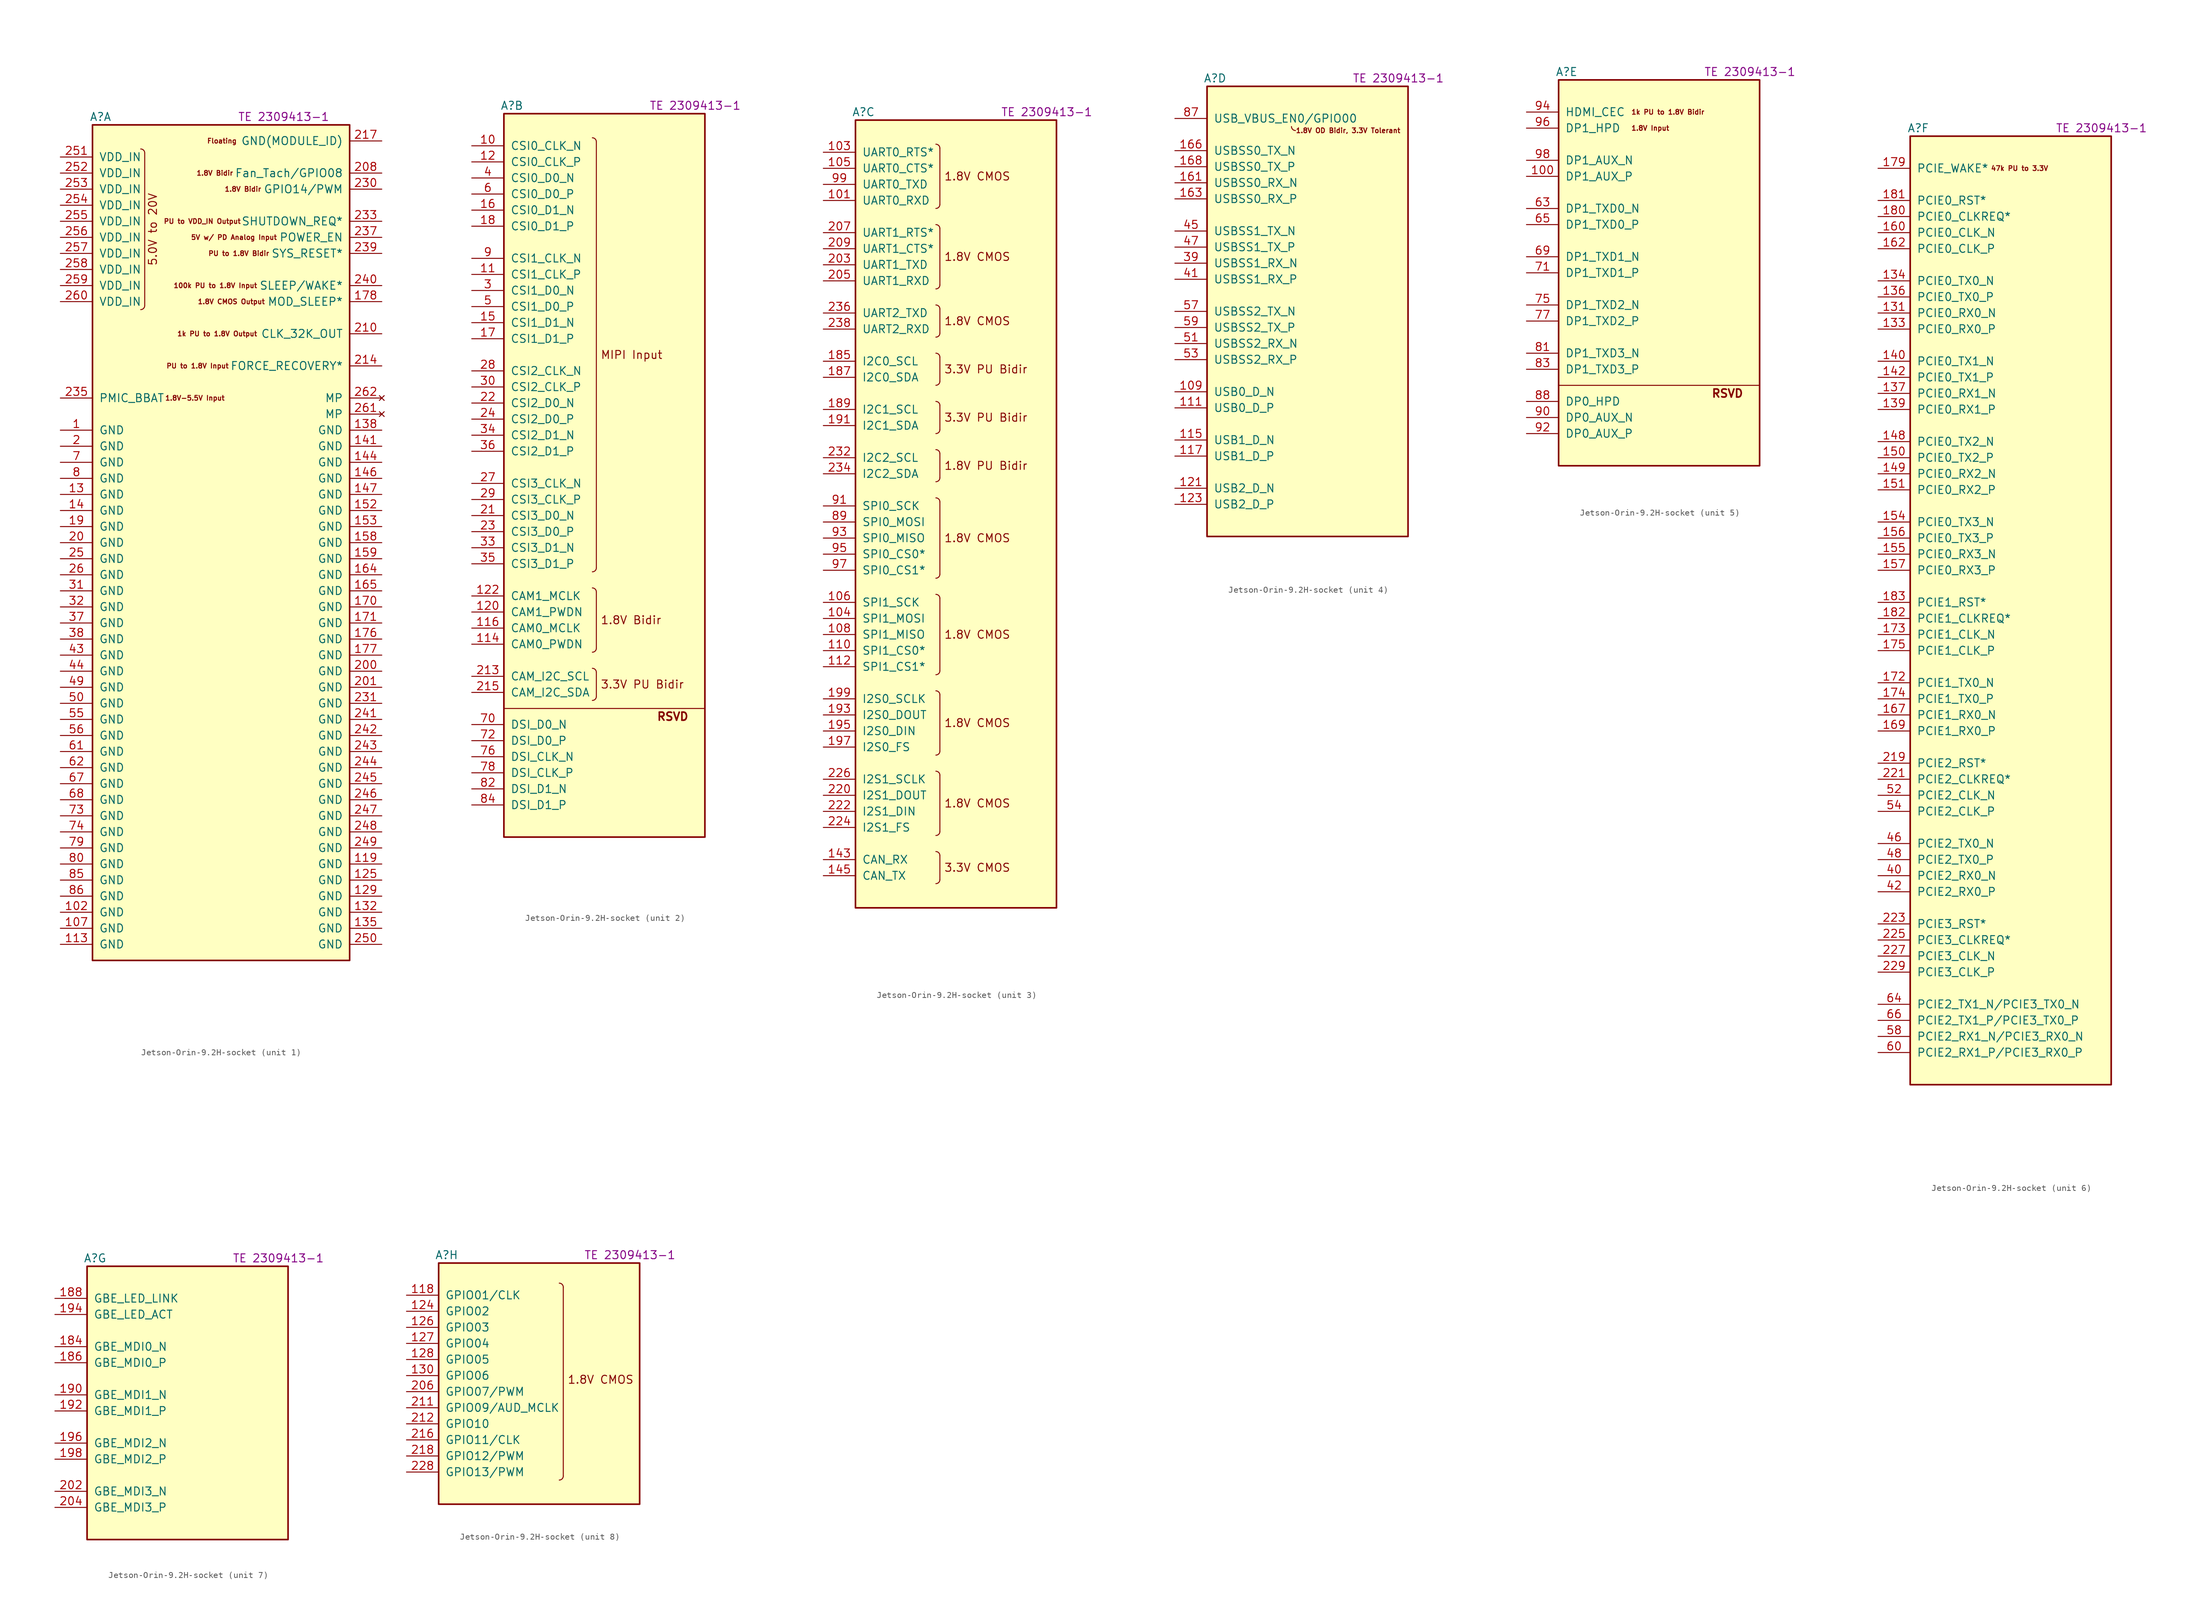
<source format=kicad_sym>
(kicad_symbol_lib
  (version 20220914)
  (generator kicad_symbol_editor)
  (symbol "Jetson-Orin-9.2H-socket"
    (pin_names
      (offset 1.016))
    (property "Reference" "A"
      (at 1.27 1.27 0)
      (effects (font (size 1.27 1.27))))
    (property "Manufacturer" "TE"
      (at 24.13 1.27 0)
      (effects (font (size 1.27 1.27))))
    (property "MPN" "2309413-1"
      (at 31.75 1.27 0)
      (effects (font (size 1.27 1.27))))
    (property "ki_locked" ""
      (at 0 0 0)
      (effects (font (size 1.27 1.27))))
    (symbol "Jetson-Orin-9.2H-socket_1_1"
      (rectangle (start 0 -132.08) (end 40.64 0) (stroke (width 0.254) (type default)) (fill (type background)))
      (polyline (pts (xy 8.255 -4.445) (xy 8.255 -28.575)) (stroke (width 0) (type default)) (fill (type none)))
      (arc (start 7.62 -29.21) (mid 8.069 -29.024) (end 8.255 -28.575) (stroke (width 0) (type default)) (fill (type none)))
      (arc (start 8.255 -4.445) (mid 8.069 -3.996) (end 7.62 -3.81) (stroke (width 0) (type default)) (fill (type none)))
      (text "1.8V Bidir " (at 22.86 -7.62 0) (effects (font (size 0.762 0.762)) (justify right)))
      (text "1.8V Bidir " (at 27.305 -10.16 0) (effects (font (size 0.762 0.762)) (justify right)))
      (text "1.8V CMOS Output" (at 27.305 -27.94 0) (effects (font (size 0.762 0.762)) (justify right)))
      (text "1.8V-5.5V Input" (at 11.43 -43.18 0) (effects (font (size 0.762 0.762)) (justify left)))
      (text "100k PU to 1.8V Input " (at 26.67 -25.4 0) (effects (font (size 0.762 0.762)) (justify right)))
      (text "1k PU to 1.8V Output " (at 26.67 -33.02 0) (effects (font (size 0.762 0.762)) (justify right)))
      (text "5.0V to 20V" (at 9.525 -16.51 900) (effects (font (size 1.27 1.27))))
      (text "5V w/ PD Analog Input" (at 29.21 -17.78 0) (effects (font (size 0.762 0.762)) (justify right)))
      (text "Floating" (at 22.86 -2.54 0) (effects (font (size 0.762 0.762)) (justify right)))
      (text "PU to 1.8V Bidir " (at 28.575 -20.32 0) (effects (font (size 0.762 0.762)) (justify right)))
      (text "PU to 1.8V Input" (at 21.59 -38.1 0) (effects (font (size 0.762 0.762)) (justify right)))
      (text "PU to VDD_IN Output" (at 23.495 -15.24 0) (effects (font (size 0.762 0.762)) (justify right)))
      (pin passive line (at -5.08 -48.26 0) (length 5.08) (name "GND" (effects (font (size 1.27 1.27)))) (number "1" (effects (font (size 1.27 1.27)))))
      (pin passive line (at -5.08 -124.46 0) (length 5.08) (name "GND" (effects (font (size 1.27 1.27)))) (number "102" (effects (font (size 1.27 1.27)))))
      (pin passive line (at -5.08 -127 0) (length 5.08) (name "GND" (effects (font (size 1.27 1.27)))) (number "107" (effects (font (size 1.27 1.27)))))
      (pin passive line (at -5.08 -129.54 0) (length 5.08) (name "GND" (effects (font (size 1.27 1.27)))) (number "113" (effects (font (size 1.27 1.27)))))
      (pin passive line (at 45.72 -116.84 180) (length 5.08) (name "GND" (effects (font (size 1.27 1.27)))) (number "119" (effects (font (size 1.27 1.27)))))
      (pin passive line (at 45.72 -119.38 180) (length 5.08) (name "GND" (effects (font (size 1.27 1.27)))) (number "125" (effects (font (size 1.27 1.27)))))
      (pin passive line (at 45.72 -121.92 180) (length 5.08) (name "GND" (effects (font (size 1.27 1.27)))) (number "129" (effects (font (size 1.27 1.27)))))
      (pin passive line (at -5.08 -58.42 0) (length 5.08) (name "GND" (effects (font (size 1.27 1.27)))) (number "13" (effects (font (size 1.27 1.27)))))
      (pin passive line (at 45.72 -124.46 180) (length 5.08) (name "GND" (effects (font (size 1.27 1.27)))) (number "132" (effects (font (size 1.27 1.27)))))
      (pin passive line (at 45.72 -127 180) (length 5.08) (name "GND" (effects (font (size 1.27 1.27)))) (number "135" (effects (font (size 1.27 1.27)))))
      (pin passive line (at 45.72 -48.26 180) (length 5.08) (name "GND" (effects (font (size 1.27 1.27)))) (number "138" (effects (font (size 1.27 1.27)))))
      (pin passive line (at -5.08 -60.96 0) (length 5.08) (name "GND" (effects (font (size 1.27 1.27)))) (number "14" (effects (font (size 1.27 1.27)))))
      (pin passive line (at 45.72 -50.8 180) (length 5.08) (name "GND" (effects (font (size 1.27 1.27)))) (number "141" (effects (font (size 1.27 1.27)))))
      (pin passive line (at 45.72 -53.34 180) (length 5.08) (name "GND" (effects (font (size 1.27 1.27)))) (number "144" (effects (font (size 1.27 1.27)))))
      (pin passive line (at 45.72 -55.88 180) (length 5.08) (name "GND" (effects (font (size 1.27 1.27)))) (number "146" (effects (font (size 1.27 1.27)))))
      (pin passive line (at 45.72 -58.42 180) (length 5.08) (name "GND" (effects (font (size 1.27 1.27)))) (number "147" (effects (font (size 1.27 1.27)))))
      (pin passive line (at 45.72 -60.96 180) (length 5.08) (name "GND" (effects (font (size 1.27 1.27)))) (number "152" (effects (font (size 1.27 1.27)))))
      (pin passive line (at 45.72 -63.5 180) (length 5.08) (name "GND" (effects (font (size 1.27 1.27)))) (number "153" (effects (font (size 1.27 1.27)))))
      (pin passive line (at 45.72 -66.04 180) (length 5.08) (name "GND" (effects (font (size 1.27 1.27)))) (number "158" (effects (font (size 1.27 1.27)))))
      (pin passive line (at 45.72 -68.58 180) (length 5.08) (name "GND" (effects (font (size 1.27 1.27)))) (number "159" (effects (font (size 1.27 1.27)))))
      (pin passive line (at 45.72 -71.12 180) (length 5.08) (name "GND" (effects (font (size 1.27 1.27)))) (number "164" (effects (font (size 1.27 1.27)))))
      (pin passive line (at 45.72 -73.66 180) (length 5.08) (name "GND" (effects (font (size 1.27 1.27)))) (number "165" (effects (font (size 1.27 1.27)))))
      (pin passive line (at 45.72 -76.2 180) (length 5.08) (name "GND" (effects (font (size 1.27 1.27)))) (number "170" (effects (font (size 1.27 1.27)))))
      (pin passive line (at 45.72 -78.74 180) (length 5.08) (name "GND" (effects (font (size 1.27 1.27)))) (number "171" (effects (font (size 1.27 1.27)))))
      (pin passive line (at 45.72 -81.28 180) (length 5.08) (name "GND" (effects (font (size 1.27 1.27)))) (number "176" (effects (font (size 1.27 1.27)))))
      (pin passive line (at 45.72 -83.82 180) (length 5.08) (name "GND" (effects (font (size 1.27 1.27)))) (number "177" (effects (font (size 1.27 1.27)))))
      (pin passive line (at 45.72 -27.94 180) (length 5.08) (name "MOD_SLEEP*" (effects (font (size 1.27 1.27)))) (number "178" (effects (font (size 1.27 1.27)))))
      (pin passive line (at -5.08 -63.5 0) (length 5.08) (name "GND" (effects (font (size 1.27 1.27)))) (number "19" (effects (font (size 1.27 1.27)))))
      (pin passive line (at -5.08 -50.8 0) (length 5.08) (name "GND" (effects (font (size 1.27 1.27)))) (number "2" (effects (font (size 1.27 1.27)))))
      (pin passive line (at -5.08 -66.04 0) (length 5.08) (name "GND" (effects (font (size 1.27 1.27)))) (number "20" (effects (font (size 1.27 1.27)))))
      (pin passive line (at 45.72 -86.36 180) (length 5.08) (name "GND" (effects (font (size 1.27 1.27)))) (number "200" (effects (font (size 1.27 1.27)))))
      (pin passive line (at 45.72 -88.9 180) (length 5.08) (name "GND" (effects (font (size 1.27 1.27)))) (number "201" (effects (font (size 1.27 1.27)))))
      (pin passive line (at 45.72 -7.62 180) (length 5.08) (name "Fan_Tach/GPIO08" (effects (font (size 1.27 1.27)))) (number "208" (effects (font (size 1.27 1.27)))) (alternate "GPIO08" passive line) (alternate "GPIO08(Fan_Tach)" passive line))
      (pin passive line (at 45.72 -33.02 180) (length 5.08) (name "CLK_32K_OUT" (effects (font (size 1.27 1.27)))) (number "210" (effects (font (size 1.27 1.27)))))
      (pin passive line (at 45.72 -38.1 180) (length 5.08) (name "FORCE_RECOVERY*" (effects (font (size 1.27 1.27)))) (number "214" (effects (font (size 1.27 1.27)))))
      (pin passive line (at 45.72 -2.54 180) (length 5.08) (name "GND(MODULE_ID)" (effects (font (size 1.27 1.27)))) (number "217" (effects (font (size 1.27 1.27)))))
      (pin passive line (at 45.72 -10.16 180) (length 5.08) (name "GPIO14/PWM" (effects (font (size 1.27 1.27)))) (number "230" (effects (font (size 1.27 1.27)))) (alternate "GPIO14" passive line) (alternate "GPIO14(PWM)" passive line))
      (pin passive line (at 45.72 -91.44 180) (length 5.08) (name "GND" (effects (font (size 1.27 1.27)))) (number "231" (effects (font (size 1.27 1.27)))))
      (pin passive line (at 45.72 -15.24 180) (length 5.08) (name "SHUTDOWN_REQ*" (effects (font (size 1.27 1.27)))) (number "233" (effects (font (size 1.27 1.27)))))
      (pin passive line (at -5.08 -43.18 0) (length 5.08) (name "PMIC_BBAT" (effects (font (size 1.27 1.27)))) (number "235" (effects (font (size 1.27 1.27)))))
      (pin passive line (at 45.72 -17.78 180) (length 5.08) (name "POWER_EN" (effects (font (size 1.27 1.27)))) (number "237" (effects (font (size 1.27 1.27)))))
      (pin passive line (at 45.72 -20.32 180) (length 5.08) (name "SYS_RESET*" (effects (font (size 1.27 1.27)))) (number "239" (effects (font (size 1.27 1.27)))))
      (pin passive line (at 45.72 -25.4 180) (length 5.08) (name "SLEEP/WAKE*" (effects (font (size 1.27 1.27)))) (number "240" (effects (font (size 1.27 1.27)))))
      (pin passive line (at 45.72 -93.98 180) (length 5.08) (name "GND" (effects (font (size 1.27 1.27)))) (number "241" (effects (font (size 1.27 1.27)))))
      (pin passive line (at 45.72 -96.52 180) (length 5.08) (name "GND" (effects (font (size 1.27 1.27)))) (number "242" (effects (font (size 1.27 1.27)))))
      (pin passive line (at 45.72 -99.06 180) (length 5.08) (name "GND" (effects (font (size 1.27 1.27)))) (number "243" (effects (font (size 1.27 1.27)))))
      (pin passive line (at 45.72 -101.6 180) (length 5.08) (name "GND" (effects (font (size 1.27 1.27)))) (number "244" (effects (font (size 1.27 1.27)))))
      (pin passive line (at 45.72 -104.14 180) (length 5.08) (name "GND" (effects (font (size 1.27 1.27)))) (number "245" (effects (font (size 1.27 1.27)))))
      (pin passive line (at 45.72 -106.68 180) (length 5.08) (name "GND" (effects (font (size 1.27 1.27)))) (number "246" (effects (font (size 1.27 1.27)))))
      (pin passive line (at 45.72 -109.22 180) (length 5.08) (name "GND" (effects (font (size 1.27 1.27)))) (number "247" (effects (font (size 1.27 1.27)))))
      (pin passive line (at 45.72 -111.76 180) (length 5.08) (name "GND" (effects (font (size 1.27 1.27)))) (number "248" (effects (font (size 1.27 1.27)))))
      (pin passive line (at 45.72 -114.3 180) (length 5.08) (name "GND" (effects (font (size 1.27 1.27)))) (number "249" (effects (font (size 1.27 1.27)))))
      (pin passive line (at -5.08 -68.58 0) (length 5.08) (name "GND" (effects (font (size 1.27 1.27)))) (number "25" (effects (font (size 1.27 1.27)))))
      (pin passive line (at 45.72 -129.54 180) (length 5.08) (name "GND" (effects (font (size 1.27 1.27)))) (number "250" (effects (font (size 1.27 1.27)))))
      (pin passive line (at -5.08 -5.08 0) (length 5.08) (name "VDD_IN" (effects (font (size 1.27 1.27)))) (number "251" (effects (font (size 1.27 1.27)))))
      (pin passive line (at -5.08 -7.62 0) (length 5.08) (name "VDD_IN" (effects (font (size 1.27 1.27)))) (number "252" (effects (font (size 1.27 1.27)))))
      (pin passive line (at -5.08 -10.16 0) (length 5.08) (name "VDD_IN" (effects (font (size 1.27 1.27)))) (number "253" (effects (font (size 1.27 1.27)))))
      (pin passive line (at -5.08 -12.7 0) (length 5.08) (name "VDD_IN" (effects (font (size 1.27 1.27)))) (number "254" (effects (font (size 1.27 1.27)))))
      (pin passive line (at -5.08 -15.24 0) (length 5.08) (name "VDD_IN" (effects (font (size 1.27 1.27)))) (number "255" (effects (font (size 1.27 1.27)))))
      (pin passive line (at -5.08 -17.78 0) (length 5.08) (name "VDD_IN" (effects (font (size 1.27 1.27)))) (number "256" (effects (font (size 1.27 1.27)))))
      (pin passive line (at -5.08 -20.32 0) (length 5.08) (name "VDD_IN" (effects (font (size 1.27 1.27)))) (number "257" (effects (font (size 1.27 1.27)))))
      (pin passive line (at -5.08 -22.86 0) (length 5.08) (name "VDD_IN" (effects (font (size 1.27 1.27)))) (number "258" (effects (font (size 1.27 1.27)))))
      (pin passive line (at -5.08 -25.4 0) (length 5.08) (name "VDD_IN" (effects (font (size 1.27 1.27)))) (number "259" (effects (font (size 1.27 1.27)))))
      (pin passive line (at -5.08 -71.12 0) (length 5.08) (name "GND" (effects (font (size 1.27 1.27)))) (number "26" (effects (font (size 1.27 1.27)))))
      (pin passive line (at -5.08 -27.94 0) (length 5.08) (name "VDD_IN" (effects (font (size 1.27 1.27)))) (number "260" (effects (font (size 1.27 1.27)))))
      (pin no_connect line (at 45.72 -45.72 180) (length 5.08) (name "MP" (effects (font (size 1.27 1.27)))) (number "261" (effects (font (size 1.27 1.27)))))
      (pin no_connect line (at 45.72 -43.18 180) (length 5.08) (name "MP" (effects (font (size 1.27 1.27)))) (number "262" (effects (font (size 1.27 1.27)))))
      (pin passive line (at -5.08 -73.66 0) (length 5.08) (name "GND" (effects (font (size 1.27 1.27)))) (number "31" (effects (font (size 1.27 1.27)))))
      (pin passive line (at -5.08 -76.2 0) (length 5.08) (name "GND" (effects (font (size 1.27 1.27)))) (number "32" (effects (font (size 1.27 1.27)))))
      (pin passive line (at -5.08 -78.74 0) (length 5.08) (name "GND" (effects (font (size 1.27 1.27)))) (number "37" (effects (font (size 1.27 1.27)))))
      (pin passive line (at -5.08 -81.28 0) (length 5.08) (name "GND" (effects (font (size 1.27 1.27)))) (number "38" (effects (font (size 1.27 1.27)))))
      (pin passive line (at -5.08 -83.82 0) (length 5.08) (name "GND" (effects (font (size 1.27 1.27)))) (number "43" (effects (font (size 1.27 1.27)))))
      (pin passive line (at -5.08 -86.36 0) (length 5.08) (name "GND" (effects (font (size 1.27 1.27)))) (number "44" (effects (font (size 1.27 1.27)))))
      (pin passive line (at -5.08 -88.9 0) (length 5.08) (name "GND" (effects (font (size 1.27 1.27)))) (number "49" (effects (font (size 1.27 1.27)))))
      (pin passive line (at -5.08 -91.44 0) (length 5.08) (name "GND" (effects (font (size 1.27 1.27)))) (number "50" (effects (font (size 1.27 1.27)))))
      (pin passive line (at -5.08 -93.98 0) (length 5.08) (name "GND" (effects (font (size 1.27 1.27)))) (number "55" (effects (font (size 1.27 1.27)))))
      (pin passive line (at -5.08 -96.52 0) (length 5.08) (name "GND" (effects (font (size 1.27 1.27)))) (number "56" (effects (font (size 1.27 1.27)))))
      (pin passive line (at -5.08 -99.06 0) (length 5.08) (name "GND" (effects (font (size 1.27 1.27)))) (number "61" (effects (font (size 1.27 1.27)))))
      (pin passive line (at -5.08 -101.6 0) (length 5.08) (name "GND" (effects (font (size 1.27 1.27)))) (number "62" (effects (font (size 1.27 1.27)))))
      (pin passive line (at -5.08 -104.14 0) (length 5.08) (name "GND" (effects (font (size 1.27 1.27)))) (number "67" (effects (font (size 1.27 1.27)))))
      (pin passive line (at -5.08 -106.68 0) (length 5.08) (name "GND" (effects (font (size 1.27 1.27)))) (number "68" (effects (font (size 1.27 1.27)))))
      (pin passive line (at -5.08 -53.34 0) (length 5.08) (name "GND" (effects (font (size 1.27 1.27)))) (number "7" (effects (font (size 1.27 1.27)))))
      (pin passive line (at -5.08 -109.22 0) (length 5.08) (name "GND" (effects (font (size 1.27 1.27)))) (number "73" (effects (font (size 1.27 1.27)))))
      (pin passive line (at -5.08 -111.76 0) (length 5.08) (name "GND" (effects (font (size 1.27 1.27)))) (number "74" (effects (font (size 1.27 1.27)))))
      (pin passive line (at -5.08 -114.3 0) (length 5.08) (name "GND" (effects (font (size 1.27 1.27)))) (number "79" (effects (font (size 1.27 1.27)))))
      (pin passive line (at -5.08 -55.88 0) (length 5.08) (name "GND" (effects (font (size 1.27 1.27)))) (number "8" (effects (font (size 1.27 1.27)))))
      (pin passive line (at -5.08 -116.84 0) (length 5.08) (name "GND" (effects (font (size 1.27 1.27)))) (number "80" (effects (font (size 1.27 1.27)))))
      (pin passive line (at -5.08 -119.38 0) (length 5.08) (name "GND" (effects (font (size 1.27 1.27)))) (number "85" (effects (font (size 1.27 1.27)))))
      (pin passive line (at -5.08 -121.92 0) (length 5.08) (name "GND" (effects (font (size 1.27 1.27)))) (number "86" (effects (font (size 1.27 1.27))))))
    (symbol "Jetson-Orin-9.2H-socket_2_1"
      (polyline (pts (xy 0 -93.98) (xy 31.75 -93.98)) (stroke (width 0) (type default)) (fill (type none)))
      (polyline (pts (xy 14.605 -88.265) (xy 14.605 -92.075)) (stroke (width 0) (type default)) (fill (type none)))
      (polyline (pts (xy 14.605 -75.565) (xy 14.605 -84.455)) (stroke (width 0) (type default)) (fill (type none)))
      (polyline (pts (xy 14.605 -4.445) (xy 14.605 -71.755)) (stroke (width 0) (type default)) (fill (type none)))
      (rectangle (start 0 0) (end 31.75 -114.3) (stroke (width 0.254) (type default)) (fill (type background)))
      (arc (start 13.97 -92.71) (mid 14.4198 -92.5248) (end 14.605 -92.075) (stroke (width 0) (type default)) (fill (type none)))
      (arc (start 13.97 -85.09) (mid 14.4198 -84.9048) (end 14.605 -84.455) (stroke (width 0) (type default)) (fill (type none)))
      (arc (start 13.97 -72.39) (mid 14.4198 -72.2048) (end 14.605 -71.755) (stroke (width 0) (type default)) (fill (type none)))
      (arc (start 14.605 -88.265) (mid 14.419 -87.816) (end 13.97 -87.63) (stroke (width 0) (type default)) (fill (type none)))
      (arc (start 14.605 -75.565) (mid 14.419 -75.116) (end 13.97 -74.93) (stroke (width 0) (type default)) (fill (type none)))
      (arc (start 14.605 -4.445) (mid 14.419 -3.996) (end 13.97 -3.81) (stroke (width 0) (type default)) (fill (type none)))
      (text "1.8V Bidir" (at 15.24 -80.01 0) (effects (font (size 1.27 1.27)) (justify left)))
      (text "3.3V PU Bidir" (at 15.24 -90.17 0) (effects (font (size 1.27 1.27)) (justify left)))
      (text "MIPI Input" (at 15.24 -38.1 0) (effects (font (size 1.27 1.27)) (justify left)))
      (text "RSVD" (at 26.67 -95.25 0) (effects (font (size 1.27 1.27) bold)))
      (pin passive line (at -5.08 -5.08 0) (length 5.08) (name "CSI0_CLK_N" (effects (font (size 1.27 1.27)))) (number "10" (effects (font (size 1.27 1.27)))))
      (pin passive line (at -5.08 -25.4 0) (length 5.08) (name "CSI1_CLK_P" (effects (font (size 1.27 1.27)))) (number "11" (effects (font (size 1.27 1.27)))))
      (pin passive line (at -5.08 -83.82 0) (length 5.08) (name "CAM0_PWDN" (effects (font (size 1.27 1.27)))) (number "114" (effects (font (size 1.27 1.27)))))
      (pin passive line (at -5.08 -81.28 0) (length 5.08) (name "CAM0_MCLK" (effects (font (size 1.27 1.27)))) (number "116" (effects (font (size 1.27 1.27)))))
      (pin passive line (at -5.08 -7.62 0) (length 5.08) (name "CSI0_CLK_P" (effects (font (size 1.27 1.27)))) (number "12" (effects (font (size 1.27 1.27)))))
      (pin passive line (at -5.08 -78.74 0) (length 5.08) (name "CAM1_PWDN" (effects (font (size 1.27 1.27)))) (number "120" (effects (font (size 1.27 1.27)))))
      (pin passive line (at -5.08 -76.2 0) (length 5.08) (name "CAM1_MCLK" (effects (font (size 1.27 1.27)))) (number "122" (effects (font (size 1.27 1.27)))))
      (pin passive line (at -5.08 -33.02 0) (length 5.08) (name "CSI1_D1_N" (effects (font (size 1.27 1.27)))) (number "15" (effects (font (size 1.27 1.27)))))
      (pin passive line (at -5.08 -15.24 0) (length 5.08) (name "CSI0_D1_N" (effects (font (size 1.27 1.27)))) (number "16" (effects (font (size 1.27 1.27)))))
      (pin passive line (at -5.08 -35.56 0) (length 5.08) (name "CSI1_D1_P" (effects (font (size 1.27 1.27)))) (number "17" (effects (font (size 1.27 1.27)))))
      (pin passive line (at -5.08 -17.78 0) (length 5.08) (name "CSI0_D1_P" (effects (font (size 1.27 1.27)))) (number "18" (effects (font (size 1.27 1.27)))))
      (pin passive line (at -5.08 -63.5 0) (length 5.08) (name "CSI3_D0_N" (effects (font (size 1.27 1.27)))) (number "21" (effects (font (size 1.27 1.27)))))
      (pin passive line (at -5.08 -88.9 0) (length 5.08) (name "CAM_I2C_SCL" (effects (font (size 1.27 1.27)))) (number "213" (effects (font (size 1.27 1.27)))))
      (pin passive line (at -5.08 -91.44 0) (length 5.08) (name "CAM_I2C_SDA" (effects (font (size 1.27 1.27)))) (number "215" (effects (font (size 1.27 1.27)))))
      (pin passive line (at -5.08 -45.72 0) (length 5.08) (name "CSI2_D0_N" (effects (font (size 1.27 1.27)))) (number "22" (effects (font (size 1.27 1.27)))))
      (pin passive line (at -5.08 -66.04 0) (length 5.08) (name "CSI3_D0_P" (effects (font (size 1.27 1.27)))) (number "23" (effects (font (size 1.27 1.27)))))
      (pin passive line (at -5.08 -48.26 0) (length 5.08) (name "CSI2_D0_P" (effects (font (size 1.27 1.27)))) (number "24" (effects (font (size 1.27 1.27)))))
      (pin passive line (at -5.08 -58.42 0) (length 5.08) (name "CSI3_CLK_N" (effects (font (size 1.27 1.27)))) (number "27" (effects (font (size 1.27 1.27)))))
      (pin passive line (at -5.08 -40.64 0) (length 5.08) (name "CSI2_CLK_N" (effects (font (size 1.27 1.27)))) (number "28" (effects (font (size 1.27 1.27)))))
      (pin passive line (at -5.08 -60.96 0) (length 5.08) (name "CSI3_CLK_P" (effects (font (size 1.27 1.27)))) (number "29" (effects (font (size 1.27 1.27)))))
      (pin passive line (at -5.08 -27.94 0) (length 5.08) (name "CSI1_D0_N" (effects (font (size 1.27 1.27)))) (number "3" (effects (font (size 1.27 1.27)))))
      (pin passive line (at -5.08 -43.18 0) (length 5.08) (name "CSI2_CLK_P" (effects (font (size 1.27 1.27)))) (number "30" (effects (font (size 1.27 1.27)))))
      (pin passive line (at -5.08 -68.58 0) (length 5.08) (name "CSI3_D1_N" (effects (font (size 1.27 1.27)))) (number "33" (effects (font (size 1.27 1.27)))))
      (pin passive line (at -5.08 -50.8 0) (length 5.08) (name "CSI2_D1_N" (effects (font (size 1.27 1.27)))) (number "34" (effects (font (size 1.27 1.27)))))
      (pin passive line (at -5.08 -71.12 0) (length 5.08) (name "CSI3_D1_P" (effects (font (size 1.27 1.27)))) (number "35" (effects (font (size 1.27 1.27)))))
      (pin passive line (at -5.08 -53.34 0) (length 5.08) (name "CSI2_D1_P" (effects (font (size 1.27 1.27)))) (number "36" (effects (font (size 1.27 1.27)))))
      (pin passive line (at -5.08 -10.16 0) (length 5.08) (name "CSI0_D0_N" (effects (font (size 1.27 1.27)))) (number "4" (effects (font (size 1.27 1.27)))))
      (pin passive line (at -5.08 -30.48 0) (length 5.08) (name "CSI1_D0_P" (effects (font (size 1.27 1.27)))) (number "5" (effects (font (size 1.27 1.27)))))
      (pin passive line (at -5.08 -12.7 0) (length 5.08) (name "CSI0_D0_P" (effects (font (size 1.27 1.27)))) (number "6" (effects (font (size 1.27 1.27)))))
      (pin passive line (at -5.08 -96.52 0) (length 5.08) (name "DSI_D0_N" (effects (font (size 1.27 1.27)))) (number "70" (effects (font (size 1.27 1.27)))))
      (pin passive line (at -5.08 -99.06 0) (length 5.08) (name "DSI_D0_P" (effects (font (size 1.27 1.27)))) (number "72" (effects (font (size 1.27 1.27)))))
      (pin passive line (at -5.08 -101.6 0) (length 5.08) (name "DSI_CLK_N" (effects (font (size 1.27 1.27)))) (number "76" (effects (font (size 1.27 1.27)))))
      (pin passive line (at -5.08 -104.14 0) (length 5.08) (name "DSI_CLK_P" (effects (font (size 1.27 1.27)))) (number "78" (effects (font (size 1.27 1.27)))))
      (pin passive line (at -5.08 -106.68 0) (length 5.08) (name "DSI_D1_N" (effects (font (size 1.27 1.27)))) (number "82" (effects (font (size 1.27 1.27)))))
      (pin passive line (at -5.08 -109.22 0) (length 5.08) (name "DSI_D1_P" (effects (font (size 1.27 1.27)))) (number "84" (effects (font (size 1.27 1.27)))))
      (pin passive line (at -5.08 -22.86 0) (length 5.08) (name "CSI1_CLK_N" (effects (font (size 1.27 1.27)))) (number "9" (effects (font (size 1.27 1.27))))))
    (symbol "Jetson-Orin-9.2H-socket_3_1"
      (polyline (pts (xy 13.335 -116.2) (xy 13.335 -120.01)) (stroke (width 0) (type default)) (fill (type none)))
      (polyline (pts (xy 13.335 -103.505) (xy 13.335 -112.395)) (stroke (width 0) (type default)) (fill (type none)))
      (polyline (pts (xy 13.335 -90.805) (xy 13.335 -99.695)) (stroke (width 0) (type default)) (fill (type none)))
      (polyline (pts (xy 13.335 -75.565) (xy 13.335 -87)) (stroke (width 0) (type default)) (fill (type none)))
      (polyline (pts (xy 13.335 -60.32) (xy 13.335 -71.755)) (stroke (width 0) (type default)) (fill (type none)))
      (polyline (pts (xy 13.335 -52.7) (xy 13.335 -56.51)) (stroke (width 0) (type default)) (fill (type none)))
      (polyline (pts (xy 13.335 -45.085) (xy 13.335 -48.895)) (stroke (width 0) (type default)) (fill (type none)))
      (polyline (pts (xy 13.335 -37.46) (xy 13.335 -41.27)) (stroke (width 0) (type default)) (fill (type none)))
      (polyline (pts (xy 13.335 -29.845) (xy 13.335 -33.655)) (stroke (width 0) (type default)) (fill (type none)))
      (polyline (pts (xy 13.335 -17.145) (xy 13.335 -26.035)) (stroke (width 0) (type default)) (fill (type none)))
      (polyline (pts (xy 13.335 -4.44) (xy 13.335 -13.33)) (stroke (width 0) (type default)) (fill (type none)))
      (rectangle (start 0 0) (end 31.75 -124.46) (stroke (width 0.254) (type default)) (fill (type background)))
      (arc (start 12.7 -120.645) (mid 13.149 -120.459) (end 13.335 -120.01) (stroke (width 0) (type default)) (fill (type none)))
      (arc (start 12.7 -113.03) (mid 13.1498 -112.8448) (end 13.335 -112.395) (stroke (width 0) (type default)) (fill (type none)))
      (arc (start 12.7 -100.33) (mid 13.1498 -100.1448) (end 13.335 -99.695) (stroke (width 0) (type default)) (fill (type none)))
      (arc (start 12.7 -87.63) (mid 13.1498 -87.4448) (end 13.335 -86.995) (stroke (width 0) (type default)) (fill (type none)))
      (arc (start 12.7 -72.385) (mid 13.149 -72.199) (end 13.335 -71.75) (stroke (width 0) (type default)) (fill (type none)))
      (arc (start 12.7 -57.145) (mid 13.149 -56.959) (end 13.335 -56.51) (stroke (width 0) (type default)) (fill (type none)))
      (arc (start 12.7 -49.53) (mid 13.1498 -49.3448) (end 13.335 -48.895) (stroke (width 0) (type default)) (fill (type none)))
      (arc (start 12.7 -41.905) (mid 13.149 -41.719) (end 13.335 -41.27) (stroke (width 0) (type default)) (fill (type none)))
      (arc (start 12.7 -34.29) (mid 13.1498 -34.1048) (end 13.335 -33.655) (stroke (width 0) (type default)) (fill (type none)))
      (arc (start 12.7 -26.67) (mid 13.1498 -26.4848) (end 13.335 -26.035) (stroke (width 0) (type default)) (fill (type none)))
      (arc (start 12.7 -13.965) (mid 13.149 -13.779) (end 13.335 -13.33) (stroke (width 0) (type default)) (fill (type none)))
      (arc (start 13.335 -116.2) (mid 13.149 -115.751) (end 12.7 -115.565) (stroke (width 0) (type default)) (fill (type none)))
      (arc (start 13.335 -103.505) (mid 13.149 -103.056) (end 12.7 -102.87) (stroke (width 0) (type default)) (fill (type none)))
      (arc (start 13.335 -90.805) (mid 13.149 -90.356) (end 12.7 -90.17) (stroke (width 0) (type default)) (fill (type none)))
      (arc (start 13.335 -75.565) (mid 13.149 -75.116) (end 12.7 -74.93) (stroke (width 0) (type default)) (fill (type none)))
      (arc (start 13.335 -60.32) (mid 13.149 -59.871) (end 12.7 -59.685) (stroke (width 0) (type default)) (fill (type none)))
      (arc (start 13.335 -52.7) (mid 13.149 -52.251) (end 12.7 -52.065) (stroke (width 0) (type default)) (fill (type none)))
      (arc (start 13.335 -45.085) (mid 13.149 -44.636) (end 12.7 -44.45) (stroke (width 0) (type default)) (fill (type none)))
      (arc (start 13.335 -37.46) (mid 13.149 -37.011) (end 12.7 -36.825) (stroke (width 0) (type default)) (fill (type none)))
      (arc (start 13.335 -29.845) (mid 13.149 -29.396) (end 12.7 -29.21) (stroke (width 0) (type default)) (fill (type none)))
      (arc (start 13.335 -17.145) (mid 13.149 -16.696) (end 12.7 -16.51) (stroke (width 0) (type default)) (fill (type none)))
      (arc (start 13.335 -4.44) (mid 13.149 -3.991) (end 12.7 -3.805) (stroke (width 0) (type default)) (fill (type none)))
      (text "1.8V CMOS" (at 13.97 -107.95 0) (effects (font (size 1.27 1.27)) (justify left)))
      (text "1.8V CMOS" (at 13.97 -95.25 0) (effects (font (size 1.27 1.27)) (justify left)))
      (text "1.8V CMOS" (at 13.97 -81.285 0) (effects (font (size 1.27 1.27)) (justify left)))
      (text "1.8V CMOS" (at 13.97 -66.04 0) (effects (font (size 1.27 1.27)) (justify left)))
      (text "1.8V CMOS" (at 13.97 -31.75 0) (effects (font (size 1.27 1.27)) (justify left)))
      (text "1.8V CMOS" (at 13.97 -21.59 0) (effects (font (size 1.27 1.27)) (justify left)))
      (text "1.8V CMOS" (at 13.97 -8.885 0) (effects (font (size 1.27 1.27)) (justify left)))
      (text "1.8V PU Bidir" (at 13.97 -54.605 0) (effects (font (size 1.27 1.27)) (justify left)))
      (text "3.3V CMOS" (at 13.97 -118.105 0) (effects (font (size 1.27 1.27)) (justify left)))
      (text "3.3V PU Bidir" (at 13.97 -46.99 0) (effects (font (size 1.27 1.27)) (justify left)))
      (text "3.3V PU Bidir" (at 13.97 -39.365 0) (effects (font (size 1.27 1.27)) (justify left)))
      (pin passive line (at -5.08 -12.7 0) (length 5.08) (name "UART0_RXD" (effects (font (size 1.27 1.27)))) (number "101" (effects (font (size 1.27 1.27)))))
      (pin passive line (at -5.08 -5.08 0) (length 5.08) (name "UART0_RTS*" (effects (font (size 1.27 1.27)))) (number "103" (effects (font (size 1.27 1.27)))))
      (pin passive line (at -5.08 -78.74 0) (length 5.08) (name "SPI1_MOSI" (effects (font (size 1.27 1.27)))) (number "104" (effects (font (size 1.27 1.27)))))
      (pin passive line (at -5.08 -7.62 0) (length 5.08) (name "UART0_CTS*" (effects (font (size 1.27 1.27)))) (number "105" (effects (font (size 1.27 1.27)))))
      (pin passive line (at -5.08 -76.2 0) (length 5.08) (name "SPI1_SCK" (effects (font (size 1.27 1.27)))) (number "106" (effects (font (size 1.27 1.27)))))
      (pin passive line (at -5.08 -81.28 0) (length 5.08) (name "SPI1_MISO" (effects (font (size 1.27 1.27)))) (number "108" (effects (font (size 1.27 1.27)))))
      (pin passive line (at -5.08 -83.82 0) (length 5.08) (name "SPI1_CS0*" (effects (font (size 1.27 1.27)))) (number "110" (effects (font (size 1.27 1.27)))))
      (pin passive line (at -5.08 -86.36 0) (length 5.08) (name "SPI1_CS1*" (effects (font (size 1.27 1.27)))) (number "112" (effects (font (size 1.27 1.27)))))
      (pin passive line (at -5.08 -116.84 0) (length 5.08) (name "CAN_RX" (effects (font (size 1.27 1.27)))) (number "143" (effects (font (size 1.27 1.27)))))
      (pin passive line (at -5.08 -119.38 0) (length 5.08) (name "CAN_TX" (effects (font (size 1.27 1.27)))) (number "145" (effects (font (size 1.27 1.27)))))
      (pin passive line (at -5.08 -38.1 0) (length 5.08) (name "I2C0_SCL" (effects (font (size 1.27 1.27)))) (number "185" (effects (font (size 1.27 1.27)))))
      (pin passive line (at -5.08 -40.64 0) (length 5.08) (name "I2C0_SDA" (effects (font (size 1.27 1.27)))) (number "187" (effects (font (size 1.27 1.27)))))
      (pin passive line (at -5.08 -45.72 0) (length 5.08) (name "I2C1_SCL" (effects (font (size 1.27 1.27)))) (number "189" (effects (font (size 1.27 1.27)))))
      (pin passive line (at -5.08 -48.26 0) (length 5.08) (name "I2C1_SDA" (effects (font (size 1.27 1.27)))) (number "191" (effects (font (size 1.27 1.27)))))
      (pin passive line (at -5.08 -93.98 0) (length 5.08) (name "I2S0_DOUT" (effects (font (size 1.27 1.27)))) (number "193" (effects (font (size 1.27 1.27)))))
      (pin passive line (at -5.08 -96.52 0) (length 5.08) (name "I2S0_DIN" (effects (font (size 1.27 1.27)))) (number "195" (effects (font (size 1.27 1.27)))))
      (pin passive line (at -5.08 -99.06 0) (length 5.08) (name "I2S0_FS" (effects (font (size 1.27 1.27)))) (number "197" (effects (font (size 1.27 1.27)))))
      (pin passive line (at -5.08 -91.44 0) (length 5.08) (name "I2S0_SCLK" (effects (font (size 1.27 1.27)))) (number "199" (effects (font (size 1.27 1.27)))))
      (pin passive line (at -5.08 -22.86 0) (length 5.08) (name "UART1_TXD" (effects (font (size 1.27 1.27)))) (number "203" (effects (font (size 1.27 1.27)))))
      (pin passive line (at -5.08 -25.4 0) (length 5.08) (name "UART1_RXD" (effects (font (size 1.27 1.27)))) (number "205" (effects (font (size 1.27 1.27)))))
      (pin passive line (at -5.08 -17.78 0) (length 5.08) (name "UART1_RTS*" (effects (font (size 1.27 1.27)))) (number "207" (effects (font (size 1.27 1.27)))))
      (pin passive line (at -5.08 -20.32 0) (length 5.08) (name "UART1_CTS*" (effects (font (size 1.27 1.27)))) (number "209" (effects (font (size 1.27 1.27)))))
      (pin passive line (at -5.08 -106.68 0) (length 5.08) (name "I2S1_DOUT" (effects (font (size 1.27 1.27)))) (number "220" (effects (font (size 1.27 1.27)))))
      (pin passive line (at -5.08 -109.22 0) (length 5.08) (name "I2S1_DIN" (effects (font (size 1.27 1.27)))) (number "222" (effects (font (size 1.27 1.27)))))
      (pin passive line (at -5.08 -111.76 0) (length 5.08) (name "I2S1_FS" (effects (font (size 1.27 1.27)))) (number "224" (effects (font (size 1.27 1.27)))))
      (pin passive line (at -5.08 -104.14 0) (length 5.08) (name "I2S1_SCLK" (effects (font (size 1.27 1.27)))) (number "226" (effects (font (size 1.27 1.27)))))
      (pin passive line (at -5.08 -53.34 0) (length 5.08) (name "I2C2_SCL" (effects (font (size 1.27 1.27)))) (number "232" (effects (font (size 1.27 1.27)))))
      (pin passive line (at -5.08 -55.88 0) (length 5.08) (name "I2C2_SDA" (effects (font (size 1.27 1.27)))) (number "234" (effects (font (size 1.27 1.27)))))
      (pin passive line (at -5.08 -30.48 0) (length 5.08) (name "UART2_TXD" (effects (font (size 1.27 1.27)))) (number "236" (effects (font (size 1.27 1.27)))))
      (pin passive line (at -5.08 -33.02 0) (length 5.08) (name "UART2_RXD" (effects (font (size 1.27 1.27)))) (number "238" (effects (font (size 1.27 1.27)))))
      (pin passive line (at -5.08 -63.5 0) (length 5.08) (name "SPI0_MOSI" (effects (font (size 1.27 1.27)))) (number "89" (effects (font (size 1.27 1.27)))))
      (pin passive line (at -5.08 -60.96 0) (length 5.08) (name "SPI0_SCK" (effects (font (size 1.27 1.27)))) (number "91" (effects (font (size 1.27 1.27)))))
      (pin passive line (at -5.08 -66.04 0) (length 5.08) (name "SPI0_MISO" (effects (font (size 1.27 1.27)))) (number "93" (effects (font (size 1.27 1.27)))))
      (pin passive line (at -5.08 -68.58 0) (length 5.08) (name "SPI0_CS0*" (effects (font (size 1.27 1.27)))) (number "95" (effects (font (size 1.27 1.27)))))
      (pin passive line (at -5.08 -71.12 0) (length 5.08) (name "SPI0_CS1*" (effects (font (size 1.27 1.27)))) (number "97" (effects (font (size 1.27 1.27)))))
      (pin passive line (at -5.08 -10.16 0) (length 5.08) (name "UART0_TXD" (effects (font (size 1.27 1.27)))) (number "99" (effects (font (size 1.27 1.27))))))
    (symbol "Jetson-Orin-9.2H-socket_4_1"
      (rectangle (start 0 0) (end 31.75 -71.12) (stroke (width 0.254) (type default)) (fill (type background)))
      (arc (start 13.335 -6.35) (mid 13.521 -6.799) (end 13.97 -6.985) (stroke (width 0) (type default)) (fill (type none)))
      (text "1.8V OD Bidir, 3.3V Tolerant" (at 13.97 -6.985 0) (effects (font (size 0.762 0.762)) (justify left)))
      (pin passive line (at -5.08 -48.26 0) (length 5.08) (name "USB0_D_N" (effects (font (size 1.27 1.27)))) (number "109" (effects (font (size 1.27 1.27)))))
      (pin passive line (at -5.08 -50.8 0) (length 5.08) (name "USB0_D_P" (effects (font (size 1.27 1.27)))) (number "111" (effects (font (size 1.27 1.27)))))
      (pin passive line (at -5.08 -55.88 0) (length 5.08) (name "USB1_D_N" (effects (font (size 1.27 1.27)))) (number "115" (effects (font (size 1.27 1.27)))))
      (pin passive line (at -5.08 -58.42 0) (length 5.08) (name "USB1_D_P" (effects (font (size 1.27 1.27)))) (number "117" (effects (font (size 1.27 1.27)))))
      (pin passive line (at -5.08 -63.5 0) (length 5.08) (name "USB2_D_N" (effects (font (size 1.27 1.27)))) (number "121" (effects (font (size 1.27 1.27)))))
      (pin passive line (at -5.08 -66.04 0) (length 5.08) (name "USB2_D_P" (effects (font (size 1.27 1.27)))) (number "123" (effects (font (size 1.27 1.27)))))
      (pin passive line (at -5.08 -15.24 0) (length 5.08) (name "USBSS0_RX_N" (effects (font (size 1.27 1.27)))) (number "161" (effects (font (size 1.27 1.27)))))
      (pin passive line (at -5.08 -17.78 0) (length 5.08) (name "USBSS0_RX_P" (effects (font (size 1.27 1.27)))) (number "163" (effects (font (size 1.27 1.27)))))
      (pin passive line (at -5.08 -10.16 0) (length 5.08) (name "USBSS0_TX_N" (effects (font (size 1.27 1.27)))) (number "166" (effects (font (size 1.27 1.27)))))
      (pin passive line (at -5.08 -12.7 0) (length 5.08) (name "USBSS0_TX_P" (effects (font (size 1.27 1.27)))) (number "168" (effects (font (size 1.27 1.27)))))
      (pin passive line (at -5.08 -27.94 0) (length 5.08) (name "USBSS1_RX_N" (effects (font (size 1.27 1.27)))) (number "39" (effects (font (size 1.27 1.27)))))
      (pin passive line (at -5.08 -30.48 0) (length 5.08) (name "USBSS1_RX_P" (effects (font (size 1.27 1.27)))) (number "41" (effects (font (size 1.27 1.27)))))
      (pin passive line (at -5.08 -22.86 0) (length 5.08) (name "USBSS1_TX_N" (effects (font (size 1.27 1.27)))) (number "45" (effects (font (size 1.27 1.27)))))
      (pin passive line (at -5.08 -25.4 0) (length 5.08) (name "USBSS1_TX_P" (effects (font (size 1.27 1.27)))) (number "47" (effects (font (size 1.27 1.27)))))
      (pin passive line (at -5.08 -40.64 0) (length 5.08) (name "USBSS2_RX_N" (effects (font (size 1.27 1.27)))) (number "51" (effects (font (size 1.27 1.27)))))
      (pin passive line (at -5.08 -43.18 0) (length 5.08) (name "USBSS2_RX_P" (effects (font (size 1.27 1.27)))) (number "53" (effects (font (size 1.27 1.27)))))
      (pin passive line (at -5.08 -35.56 0) (length 5.08) (name "USBSS2_TX_N" (effects (font (size 1.27 1.27)))) (number "57" (effects (font (size 1.27 1.27)))))
      (pin passive line (at -5.08 -38.1 0) (length 5.08) (name "USBSS2_TX_P" (effects (font (size 1.27 1.27)))) (number "59" (effects (font (size 1.27 1.27)))))
      (pin passive line (at -5.08 -5.08 0) (length 5.08) (name "USB_VBUS_EN0/GPIO00" (effects (font (size 1.27 1.27)))) (number "87" (effects (font (size 1.27 1.27)))) (alternate "GPIO00" passive line) (alternate "GPIO00(USB_VBUS_EN0)" passive line)))
    (symbol "Jetson-Orin-9.2H-socket_5_1"
      (polyline (pts (xy 0 -48.26) (xy 31.75 -48.26)) (stroke (width 0) (type default)) (fill (type none)))
      (rectangle (start 0 0) (end 31.75 -60.96) (stroke (width 0.254) (type default)) (fill (type background)))
      (text "1.8V Input" (at 11.43 -7.62 0) (effects (font (size 0.762 0.762)) (justify left)))
      (text "1k PU to 1.8V Bidir" (at 11.43 -5.08 0) (effects (font (size 0.762 0.762)) (justify left)))
      (text "RSVD" (at 26.67 -49.53 0) (effects (font (size 1.27 1.27) bold)))
      (pin passive line (at -5.08 -15.24 0) (length 5.08) (name "DP1_AUX_P" (effects (font (size 1.27 1.27)))) (number "100" (effects (font (size 1.27 1.27)))))
      (pin passive line (at -5.08 -20.32 0) (length 5.08) (name "DP1_TXD0_N" (effects (font (size 1.27 1.27)))) (number "63" (effects (font (size 1.27 1.27)))))
      (pin passive line (at -5.08 -22.86 0) (length 5.08) (name "DP1_TXD0_P" (effects (font (size 1.27 1.27)))) (number "65" (effects (font (size 1.27 1.27)))))
      (pin passive line (at -5.08 -27.94 0) (length 5.08) (name "DP1_TXD1_N" (effects (font (size 1.27 1.27)))) (number "69" (effects (font (size 1.27 1.27)))))
      (pin passive line (at -5.08 -30.48 0) (length 5.08) (name "DP1_TXD1_P" (effects (font (size 1.27 1.27)))) (number "71" (effects (font (size 1.27 1.27)))))
      (pin passive line (at -5.08 -35.56 0) (length 5.08) (name "DP1_TXD2_N" (effects (font (size 1.27 1.27)))) (number "75" (effects (font (size 1.27 1.27)))))
      (pin passive line (at -5.08 -38.1 0) (length 5.08) (name "DP1_TXD2_P" (effects (font (size 1.27 1.27)))) (number "77" (effects (font (size 1.27 1.27)))))
      (pin passive line (at -5.08 -43.18 0) (length 5.08) (name "DP1_TXD3_N" (effects (font (size 1.27 1.27)))) (number "81" (effects (font (size 1.27 1.27)))))
      (pin passive line (at -5.08 -45.72 0) (length 5.08) (name "DP1_TXD3_P" (effects (font (size 1.27 1.27)))) (number "83" (effects (font (size 1.27 1.27)))))
      (pin passive line (at -5.08 -50.8 0) (length 5.08) (name "DP0_HPD" (effects (font (size 1.27 1.27)))) (number "88" (effects (font (size 1.27 1.27)))))
      (pin passive line (at -5.08 -53.34 0) (length 5.08) (name "DP0_AUX_N" (effects (font (size 1.27 1.27)))) (number "90" (effects (font (size 1.27 1.27)))))
      (pin passive line (at -5.08 -55.88 0) (length 5.08) (name "DP0_AUX_P" (effects (font (size 1.27 1.27)))) (number "92" (effects (font (size 1.27 1.27)))))
      (pin passive line (at -5.08 -5.08 0) (length 5.08) (name "HDMI_CEC" (effects (font (size 1.27 1.27)))) (number "94" (effects (font (size 1.27 1.27)))))
      (pin passive line (at -5.08 -7.62 0) (length 5.08) (name "DP1_HPD" (effects (font (size 1.27 1.27)))) (number "96" (effects (font (size 1.27 1.27)))))
      (pin passive line (at -5.08 -12.7 0) (length 5.08) (name "DP1_AUX_N" (effects (font (size 1.27 1.27)))) (number "98" (effects (font (size 1.27 1.27))))))
    (symbol "Jetson-Orin-9.2H-socket_6_1"
      (rectangle (start 0 0) (end 31.75 -149.86) (stroke (width 0.254) (type default)) (fill (type background)))
      (text "47k PU to 3.3V" (at 12.7 -5.08 0) (effects (font (size 0.762 0.762)) (justify left)))
      (pin passive line (at -5.08 -27.94 0) (length 5.08) (name "PCIE0_RX0_N" (effects (font (size 1.27 1.27)))) (number "131" (effects (font (size 1.27 1.27)))))
      (pin passive line (at -5.08 -30.48 0) (length 5.08) (name "PCIE0_RX0_P" (effects (font (size 1.27 1.27)))) (number "133" (effects (font (size 1.27 1.27)))))
      (pin passive line (at -5.08 -22.86 0) (length 5.08) (name "PCIE0_TX0_N" (effects (font (size 1.27 1.27)))) (number "134" (effects (font (size 1.27 1.27)))))
      (pin passive line (at -5.08 -25.4 0) (length 5.08) (name "PCIE0_TX0_P" (effects (font (size 1.27 1.27)))) (number "136" (effects (font (size 1.27 1.27)))))
      (pin passive line (at -5.08 -40.64 0) (length 5.08) (name "PCIE0_RX1_N" (effects (font (size 1.27 1.27)))) (number "137" (effects (font (size 1.27 1.27)))))
      (pin passive line (at -5.08 -43.18 0) (length 5.08) (name "PCIE0_RX1_P" (effects (font (size 1.27 1.27)))) (number "139" (effects (font (size 1.27 1.27)))))
      (pin passive line (at -5.08 -35.56 0) (length 5.08) (name "PCIE0_TX1_N" (effects (font (size 1.27 1.27)))) (number "140" (effects (font (size 1.27 1.27)))))
      (pin passive line (at -5.08 -38.1 0) (length 5.08) (name "PCIE0_TX1_P" (effects (font (size 1.27 1.27)))) (number "142" (effects (font (size 1.27 1.27)))))
      (pin passive line (at -5.08 -48.26 0) (length 5.08) (name "PCIE0_TX2_N" (effects (font (size 1.27 1.27)))) (number "148" (effects (font (size 1.27 1.27)))))
      (pin passive line (at -5.08 -53.34 0) (length 5.08) (name "PCIE0_RX2_N" (effects (font (size 1.27 1.27)))) (number "149" (effects (font (size 1.27 1.27)))))
      (pin passive line (at -5.08 -50.8 0) (length 5.08) (name "PCIE0_TX2_P" (effects (font (size 1.27 1.27)))) (number "150" (effects (font (size 1.27 1.27)))))
      (pin passive line (at -5.08 -55.88 0) (length 5.08) (name "PCIE0_RX2_P" (effects (font (size 1.27 1.27)))) (number "151" (effects (font (size 1.27 1.27)))))
      (pin passive line (at -5.08 -60.96 0) (length 5.08) (name "PCIE0_TX3_N" (effects (font (size 1.27 1.27)))) (number "154" (effects (font (size 1.27 1.27)))))
      (pin passive line (at -5.08 -66.04 0) (length 5.08) (name "PCIE0_RX3_N" (effects (font (size 1.27 1.27)))) (number "155" (effects (font (size 1.27 1.27)))))
      (pin passive line (at -5.08 -63.5 0) (length 5.08) (name "PCIE0_TX3_P" (effects (font (size 1.27 1.27)))) (number "156" (effects (font (size 1.27 1.27)))))
      (pin passive line (at -5.08 -68.58 0) (length 5.08) (name "PCIE0_RX3_P" (effects (font (size 1.27 1.27)))) (number "157" (effects (font (size 1.27 1.27)))))
      (pin passive line (at -5.08 -15.24 0) (length 5.08) (name "PCIE0_CLK_N" (effects (font (size 1.27 1.27)))) (number "160" (effects (font (size 1.27 1.27)))))
      (pin passive line (at -5.08 -17.78 0) (length 5.08) (name "PCIE0_CLK_P" (effects (font (size 1.27 1.27)))) (number "162" (effects (font (size 1.27 1.27)))))
      (pin passive line (at -5.08 -91.44 0) (length 5.08) (name "PCIE1_RX0_N" (effects (font (size 1.27 1.27)))) (number "167" (effects (font (size 1.27 1.27)))))
      (pin passive line (at -5.08 -93.98 0) (length 5.08) (name "PCIE1_RX0_P" (effects (font (size 1.27 1.27)))) (number "169" (effects (font (size 1.27 1.27)))))
      (pin passive line (at -5.08 -86.36 0) (length 5.08) (name "PCIE1_TX0_N" (effects (font (size 1.27 1.27)))) (number "172" (effects (font (size 1.27 1.27)))))
      (pin passive line (at -5.08 -78.74 0) (length 5.08) (name "PCIE1_CLK_N" (effects (font (size 1.27 1.27)))) (number "173" (effects (font (size 1.27 1.27)))))
      (pin passive line (at -5.08 -88.9 0) (length 5.08) (name "PCIE1_TX0_P" (effects (font (size 1.27 1.27)))) (number "174" (effects (font (size 1.27 1.27)))))
      (pin passive line (at -5.08 -81.28 0) (length 5.08) (name "PCIE1_CLK_P" (effects (font (size 1.27 1.27)))) (number "175" (effects (font (size 1.27 1.27)))))
      (pin passive line (at -5.08 -5.08 0) (length 5.08) (name "PCIE_WAKE*" (effects (font (size 1.27 1.27)))) (number "179" (effects (font (size 1.27 1.27)))))
      (pin passive line (at -5.08 -12.7 0) (length 5.08) (name "PCIE0_CLKREQ*" (effects (font (size 1.27 1.27)))) (number "180" (effects (font (size 1.27 1.27)))))
      (pin passive line (at -5.08 -10.16 0) (length 5.08) (name "PCIE0_RST*" (effects (font (size 1.27 1.27)))) (number "181" (effects (font (size 1.27 1.27)))))
      (pin passive line (at -5.08 -76.2 0) (length 5.08) (name "PCIE1_CLKREQ*" (effects (font (size 1.27 1.27)))) (number "182" (effects (font (size 1.27 1.27)))))
      (pin passive line (at -5.08 -73.66 0) (length 5.08) (name "PCIE1_RST*" (effects (font (size 1.27 1.27)))) (number "183" (effects (font (size 1.27 1.27)))))
      (pin passive line (at -5.08 -99.06 0) (length 5.08) (name "PCIE2_RST*" (effects (font (size 1.27 1.27)))) (number "219" (effects (font (size 1.27 1.27)))))
      (pin passive line (at -5.08 -101.6 0) (length 5.08) (name "PCIE2_CLKREQ*" (effects (font (size 1.27 1.27)))) (number "221" (effects (font (size 1.27 1.27)))))
      (pin passive line (at -5.08 -124.46 0) (length 5.08) (name "PCIE3_RST*" (effects (font (size 1.27 1.27)))) (number "223" (effects (font (size 1.27 1.27)))))
      (pin passive line (at -5.08 -127 0) (length 5.08) (name "PCIE3_CLKREQ*" (effects (font (size 1.27 1.27)))) (number "225" (effects (font (size 1.27 1.27)))))
      (pin passive line (at -5.08 -129.54 0) (length 5.08) (name "PCIE3_CLK_N" (effects (font (size 1.27 1.27)))) (number "227" (effects (font (size 1.27 1.27)))))
      (pin passive line (at -5.08 -132.08 0) (length 5.08) (name "PCIE3_CLK_P" (effects (font (size 1.27 1.27)))) (number "229" (effects (font (size 1.27 1.27)))))
      (pin passive line (at -5.08 -116.84 0) (length 5.08) (name "PCIE2_RX0_N" (effects (font (size 1.27 1.27)))) (number "40" (effects (font (size 1.27 1.27)))))
      (pin passive line (at -5.08 -119.38 0) (length 5.08) (name "PCIE2_RX0_P" (effects (font (size 1.27 1.27)))) (number "42" (effects (font (size 1.27 1.27)))))
      (pin passive line (at -5.08 -111.76 0) (length 5.08) (name "PCIE2_TX0_N" (effects (font (size 1.27 1.27)))) (number "46" (effects (font (size 1.27 1.27)))))
      (pin passive line (at -5.08 -114.3 0) (length 5.08) (name "PCIE2_TX0_P" (effects (font (size 1.27 1.27)))) (number "48" (effects (font (size 1.27 1.27)))))
      (pin passive line (at -5.08 -104.14 0) (length 5.08) (name "PCIE2_CLK_N" (effects (font (size 1.27 1.27)))) (number "52" (effects (font (size 1.27 1.27)))))
      (pin passive line (at -5.08 -106.68 0) (length 5.08) (name "PCIE2_CLK_P" (effects (font (size 1.27 1.27)))) (number "54" (effects (font (size 1.27 1.27)))))
      (pin passive line (at -5.08 -142.24 0) (length 5.08) (name "PCIE2_RX1_N/PCIE3_RX0_N" (effects (font (size 1.27 1.27)))) (number "58" (effects (font (size 1.27 1.27)))) (alternate "PCIE2_RX1_N" passive line) (alternate "PCIE3_RX0_N" passive line))
      (pin passive line (at -5.08 -144.78 0) (length 5.08) (name "PCIE2_RX1_P/PCIE3_RX0_P" (effects (font (size 1.27 1.27)))) (number "60" (effects (font (size 1.27 1.27)))) (alternate "PCIE2_RX1_P" passive line) (alternate "PCIE3_RX0_P" passive line))
      (pin passive line (at -5.08 -137.16 0) (length 5.08) (name "PCIE2_TX1_N/PCIE3_TX0_N" (effects (font (size 1.27 1.27)))) (number "64" (effects (font (size 1.27 1.27)))) (alternate "PCIE2_TX1_N" passive line) (alternate "PCIE3_TX0_N" passive line))
      (pin passive line (at -5.08 -139.7 0) (length 5.08) (name "PCIE2_TX1_P/PCIE3_TX0_P" (effects (font (size 1.27 1.27)))) (number "66" (effects (font (size 1.27 1.27)))) (alternate "PCIE2_TX1_P" passive line) (alternate "PCIE3_TX0_P" passive line)))
    (symbol "Jetson-Orin-9.2H-socket_7_1"
      (rectangle (start 0 0) (end 31.75 -43.18) (stroke (width 0.254) (type default)) (fill (type background)))
      (pin passive line (at -5.08 -12.7 0) (length 5.08) (name "GBE_MDI0_N" (effects (font (size 1.27 1.27)))) (number "184" (effects (font (size 1.27 1.27)))))
      (pin passive line (at -5.08 -15.24 0) (length 5.08) (name "GBE_MDI0_P" (effects (font (size 1.27 1.27)))) (number "186" (effects (font (size 1.27 1.27)))))
      (pin passive line (at -5.08 -5.08 0) (length 5.08) (name "GBE_LED_LINK" (effects (font (size 1.27 1.27)))) (number "188" (effects (font (size 1.27 1.27)))))
      (pin passive line (at -5.08 -20.32 0) (length 5.08) (name "GBE_MDI1_N" (effects (font (size 1.27 1.27)))) (number "190" (effects (font (size 1.27 1.27)))))
      (pin passive line (at -5.08 -22.86 0) (length 5.08) (name "GBE_MDI1_P" (effects (font (size 1.27 1.27)))) (number "192" (effects (font (size 1.27 1.27)))))
      (pin passive line (at -5.08 -7.62 0) (length 5.08) (name "GBE_LED_ACT" (effects (font (size 1.27 1.27)))) (number "194" (effects (font (size 1.27 1.27)))))
      (pin passive line (at -5.08 -27.94 0) (length 5.08) (name "GBE_MDI2_N" (effects (font (size 1.27 1.27)))) (number "196" (effects (font (size 1.27 1.27)))))
      (pin passive line (at -5.08 -30.48 0) (length 5.08) (name "GBE_MDI2_P" (effects (font (size 1.27 1.27)))) (number "198" (effects (font (size 1.27 1.27)))))
      (pin passive line (at -5.08 -35.56 0) (length 5.08) (name "GBE_MDI3_N" (effects (font (size 1.27 1.27)))) (number "202" (effects (font (size 1.27 1.27)))))
      (pin passive line (at -5.08 -38.1 0) (length 5.08) (name "GBE_MDI3_P" (effects (font (size 1.27 1.27)))) (number "204" (effects (font (size 1.27 1.27))))))
    (symbol "Jetson-Orin-9.2H-socket_8_1"
      (polyline (pts (xy 19.685 -3.81) (xy 19.685 -33.655)) (stroke (width 0) (type default)) (fill (type none)))
      (rectangle (start 0 0) (end 31.75 -38.1) (stroke (width 0.254) (type default)) (fill (type background)))
      (arc (start 19.05 -34.29) (mid 19.4998 -34.1048) (end 19.685 -33.655) (stroke (width 0) (type default)) (fill (type none)))
      (arc (start 19.685 -3.81) (mid 19.499 -3.361) (end 19.05 -3.175) (stroke (width 0) (type default)) (fill (type none)))
      (text "1.8V CMOS" (at 20.32 -18.415 0) (effects (font (size 1.27 1.27)) (justify left)))
      (pin passive line (at -5.08 -5.08 0) (length 5.08) (name "GPIO01/CLK" (effects (font (size 1.27 1.27)))) (number "118" (effects (font (size 1.27 1.27)))) (alternate "GPIO01" passive line) (alternate "GPIO01(CLK)" passive line))
      (pin passive line (at -5.08 -7.62 0) (length 5.08) (name "GPIO02" (effects (font (size 1.27 1.27)))) (number "124" (effects (font (size 1.27 1.27)))))
      (pin passive line (at -5.08 -10.16 0) (length 5.08) (name "GPIO03" (effects (font (size 1.27 1.27)))) (number "126" (effects (font (size 1.27 1.27)))))
      (pin passive line (at -5.08 -12.7 0) (length 5.08) (name "GPIO04" (effects (font (size 1.27 1.27)))) (number "127" (effects (font (size 1.27 1.27)))))
      (pin passive line (at -5.08 -15.24 0) (length 5.08) (name "GPIO05" (effects (font (size 1.27 1.27)))) (number "128" (effects (font (size 1.27 1.27)))))
      (pin passive line (at -5.08 -17.78 0) (length 5.08) (name "GPIO06" (effects (font (size 1.27 1.27)))) (number "130" (effects (font (size 1.27 1.27)))))
      (pin passive line (at -5.08 -20.32 0) (length 5.08) (name "GPIO07/PWM" (effects (font (size 1.27 1.27)))) (number "206" (effects (font (size 1.27 1.27)))) (alternate "GPIO07" passive line) (alternate "GPIO07(PWM)" passive line))
      (pin passive line (at -5.08 -22.86 0) (length 5.08) (name "GPIO09/AUD_MCLK" (effects (font (size 1.27 1.27)))) (number "211" (effects (font (size 1.27 1.27)))) (alternate "GPIO09" passive line) (alternate "GPIO09(AUD_MCLK)" passive line))
      (pin passive line (at -5.08 -25.4 0) (length 5.08) (name "GPIO10" (effects (font (size 1.27 1.27)))) (number "212" (effects (font (size 1.27 1.27)))))
      (pin passive line (at -5.08 -27.94 0) (length 5.08) (name "GPIO11/CLK" (effects (font (size 1.27 1.27)))) (number "216" (effects (font (size 1.27 1.27)))) (alternate "GPIO11" passive line) (alternate "GPIO11(CLK)" passive line))
      (pin passive line (at -5.08 -30.48 0) (length 5.08) (name "GPIO12/PWM" (effects (font (size 1.27 1.27)))) (number "218" (effects (font (size 1.27 1.27)))) (alternate "GPIO12" passive line) (alternate "GPIO12(PWM)" passive line))
      (pin passive line (at -5.08 -33.02 0) (length 5.08) (name "GPIO13/PWM" (effects (font (size 1.27 1.27)))) (number "228" (effects (font (size 1.27 1.27)))) (alternate "GPIO13" passive line) (alternate "GPIO13(PWM)" passive line)))))
</source>
